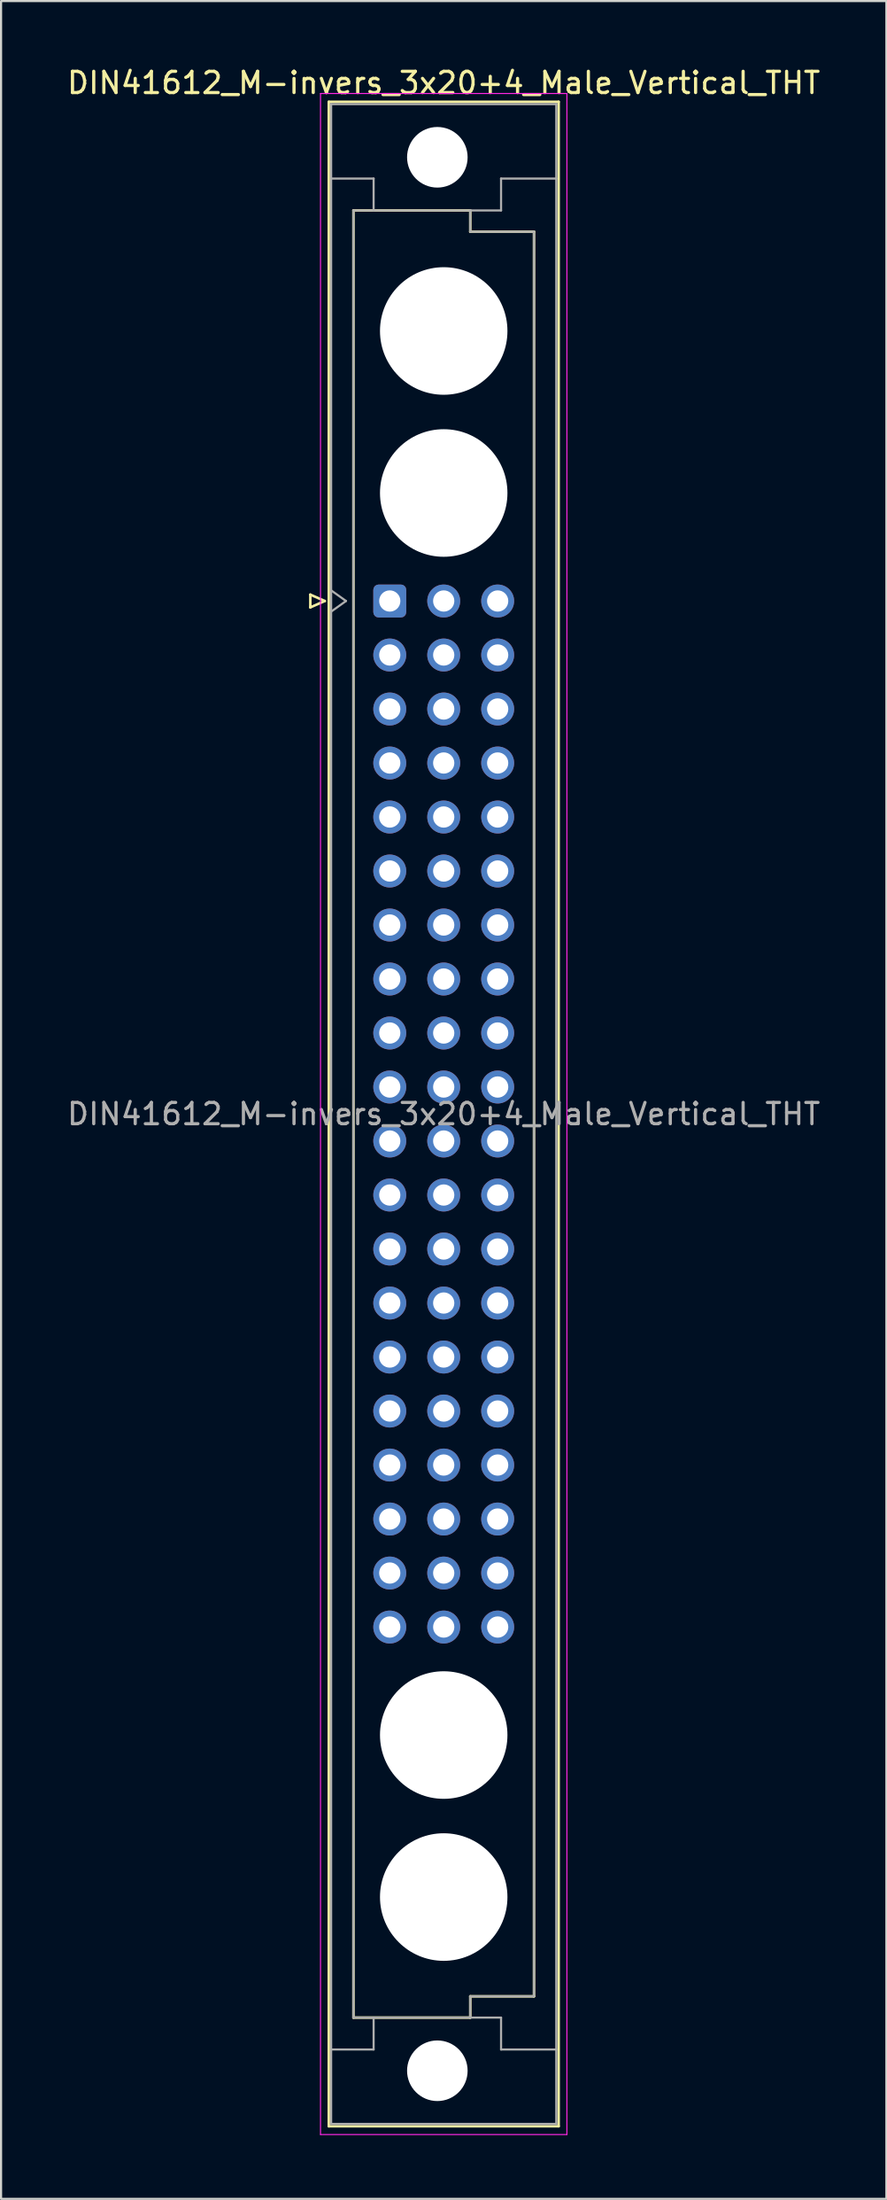
<source format=kicad_pcb>
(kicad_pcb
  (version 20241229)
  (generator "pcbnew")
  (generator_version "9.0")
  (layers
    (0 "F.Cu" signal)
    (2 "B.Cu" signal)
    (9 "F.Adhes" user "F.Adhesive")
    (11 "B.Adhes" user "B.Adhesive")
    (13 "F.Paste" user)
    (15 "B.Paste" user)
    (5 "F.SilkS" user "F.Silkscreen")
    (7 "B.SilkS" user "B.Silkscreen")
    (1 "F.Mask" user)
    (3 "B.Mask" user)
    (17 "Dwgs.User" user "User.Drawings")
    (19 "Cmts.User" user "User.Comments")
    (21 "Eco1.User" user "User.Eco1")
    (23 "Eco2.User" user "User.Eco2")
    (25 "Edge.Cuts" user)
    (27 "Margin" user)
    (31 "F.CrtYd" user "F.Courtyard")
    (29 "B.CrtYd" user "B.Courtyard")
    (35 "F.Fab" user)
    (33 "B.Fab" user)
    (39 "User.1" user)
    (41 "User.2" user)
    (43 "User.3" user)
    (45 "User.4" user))
  (footprint "DIN41612_M-invers_3x20+4_Male_Vertical_THT"
    (layer "F.Cu")
    (at 15.299 9.978)
    (property "Reference" "DIN41612_M-invers_3x20+4_Male_Vertical_THT" (at 2.54 -9.13 0) (layer "F.SilkS") (effects (font (size 1 1) (thickness 0.15))))
    (attr through_hole)
    (fp_line (start -3.74 14.94) (end -3.74 15.54) (stroke (width 0.12) (type solid)) (layer "F.SilkS"))
    (fp_line (start -3.74 15.54) (end -3.06 15.24) (stroke (width 0.12) (type solid)) (layer "F.SilkS"))
    (fp_line (start -3.06 15.24) (end -3.74 14.94) (stroke (width 0.12) (type solid)) (layer "F.SilkS"))
    (fp_line (start -2.87 -8.24) (end 7.95 -8.24) (stroke (width 0.12) (type solid)) (layer "F.SilkS"))
    (fp_line (start -2.87 86.98) (end -2.87 -8.24) (stroke (width 0.12) (type solid)) (layer "F.SilkS"))
    (fp_line (start -1.71 -3.13) (end 3.79 -3.13) (stroke (width 0.12) (type solid)) (layer "F.SilkS"))
    (fp_line (start -1.71 81.87) (end -1.71 -3.13) (stroke (width 0.12) (type solid)) (layer "F.SilkS"))
    (fp_line (start 3.79 -3.13) (end 3.79 -2.13) (stroke (width 0.12) (type solid)) (layer "F.SilkS"))
    (fp_line (start 3.79 -2.13) (end 6.79 -2.13) (stroke (width 0.12) (type solid)) (layer "F.SilkS"))
    (fp_line (start 3.79 80.87) (end 3.79 81.87) (stroke (width 0.12) (type solid)) (layer "F.SilkS"))
    (fp_line (start 3.79 81.87) (end -1.71 81.87) (stroke (width 0.12) (type solid)) (layer "F.SilkS"))
    (fp_line (start 6.79 -2.13) (end 6.79 80.87) (stroke (width 0.12) (type solid)) (layer "F.SilkS"))
    (fp_line (start 6.79 80.87) (end 3.79 80.87) (stroke (width 0.12) (type solid)) (layer "F.SilkS"))
    (fp_line (start 7.95 -8.24) (end 7.95 86.98) (stroke (width 0.12) (type solid)) (layer "F.SilkS"))
    (fp_line (start 7.95 86.98) (end -2.87 86.98) (stroke (width 0.12) (type solid)) (layer "F.SilkS"))
    (fp_line (start -3.26 -8.63) (end 8.34 -8.63) (stroke (width 0.05) (type solid)) (layer "F.CrtYd"))
    (fp_line (start -3.26 87.37) (end -3.26 -8.63) (stroke (width 0.05) (type solid)) (layer "F.CrtYd"))
    (fp_line (start 8.34 -8.63) (end 8.34 87.37) (stroke (width 0.05) (type solid)) (layer "F.CrtYd"))
    (fp_line (start 8.34 87.37) (end -3.26 87.37) (stroke (width 0.05) (type solid)) (layer "F.CrtYd"))
    (fp_line (start -2.76 -8.13) (end 7.84 -8.13) (stroke (width 0.1) (type solid)) (layer "F.Fab"))
    (fp_line (start -2.76 -4.63) (end -0.76 -4.63) (stroke (width 0.1) (type solid)) (layer "F.Fab"))
    (fp_line (start -2.76 14.74) (end -2.06 15.24) (stroke (width 0.1) (type solid)) (layer "F.Fab"))
    (fp_line (start -2.76 83.37) (end -0.76 83.37) (stroke (width 0.1) (type solid)) (layer "F.Fab"))
    (fp_line (start -2.76 86.87) (end -2.76 -8.13) (stroke (width 0.1) (type solid)) (layer "F.Fab"))
    (fp_line (start -2.06 15.24) (end -2.76 15.74) (stroke (width 0.1) (type solid)) (layer "F.Fab"))
    (fp_line (start -1.71 -3.13) (end 3.79 -3.13) (stroke (width 0.1) (type solid)) (layer "F.Fab"))
    (fp_line (start -1.71 81.87) (end -1.71 -3.13) (stroke (width 0.1) (type solid)) (layer "F.Fab"))
    (fp_line (start -0.76 -4.63) (end -0.76 -3.13) (stroke (width 0.1) (type solid)) (layer "F.Fab"))
    (fp_line (start -0.76 83.37) (end -0.76 81.87) (stroke (width 0.1) (type solid)) (layer "F.Fab"))
    (fp_line (start 3.79 -3.13) (end 3.79 -2.13) (stroke (width 0.1) (type solid)) (layer "F.Fab"))
    (fp_line (start 3.79 -3.13) (end 5.24 -3.13) (stroke (width 0.1) (type solid)) (layer "F.Fab"))
    (fp_line (start 3.79 -2.13) (end 6.79 -2.13) (stroke (width 0.1) (type solid)) (layer "F.Fab"))
    (fp_line (start 3.79 80.87) (end 3.79 81.87) (stroke (width 0.1) (type solid)) (layer "F.Fab"))
    (fp_line (start 3.79 81.87) (end -1.71 81.87) (stroke (width 0.1) (type solid)) (layer "F.Fab"))
    (fp_line (start 3.79 81.87) (end 5.24 81.87) (stroke (width 0.1) (type solid)) (layer "F.Fab"))
    (fp_line (start 5.24 -4.63) (end 7.84 -4.63) (stroke (width 0.1) (type solid)) (layer "F.Fab"))
    (fp_line (start 5.24 -3.13) (end 5.24 -4.63) (stroke (width 0.1) (type solid)) (layer "F.Fab"))
    (fp_line (start 5.24 81.87) (end 5.24 83.37) (stroke (width 0.1) (type solid)) (layer "F.Fab"))
    (fp_line (start 5.24 83.37) (end 7.84 83.37) (stroke (width 0.1) (type solid)) (layer "F.Fab"))
    (fp_line (start 6.79 -2.13) (end 6.79 80.87) (stroke (width 0.1) (type solid)) (layer "F.Fab"))
    (fp_line (start 6.79 80.87) (end 3.79 80.87) (stroke (width 0.1) (type solid)) (layer "F.Fab"))
    (fp_line (start 7.84 -8.13) (end 7.84 86.87) (stroke (width 0.1) (type solid)) (layer "F.Fab"))
    (fp_line (start 7.84 86.87) (end -2.76 86.87) (stroke (width 0.1) (type solid)) (layer "F.Fab"))
    (fp_text user "${REFERENCE}" (at 2.54 39.37 0) (layer "F.Fab") (effects (font (size 1 1) (thickness 0.15))))
    (pad "" np_thru_hole circle (at 2.24 -5.63) (size 2.85 2.85) (drill 2.85) (layers "*.Cu" "*.Mask"))
    (pad "" np_thru_hole circle (at 2.24 84.37) (size 2.85 2.85) (drill 2.85) (layers "*.Cu" "*.Mask"))
    (pad "" np_thru_hole circle (at 2.54 2.54) (size 6 6) (drill 6) (layers "*.Cu" "*.Mask"))
    (pad "" np_thru_hole circle (at 2.54 10.16) (size 6 6) (drill 6) (layers "*.Cu" "*.Mask"))
    (pad "" np_thru_hole circle (at 2.54 68.58) (size 6 6) (drill 6) (layers "*.Cu" "*.Mask"))
    (pad "" np_thru_hole circle (at 2.54 76.2) (size 6 6) (drill 6) (layers "*.Cu" "*.Mask"))
    (pad "a7" thru_hole roundrect (at 0 15.24) (size 1.55 1.55) (drill 1) (layers "*.Cu" "*.Mask") (roundrect_rratio 0.161))
    (pad "a8" thru_hole circle (at 0 17.78) (size 1.55 1.55) (drill 1) (layers "*.Cu" "*.Mask"))
    (pad "a9" thru_hole circle (at 0 20.32) (size 1.55 1.55) (drill 1) (layers "*.Cu" "*.Mask"))
    (pad "a10" thru_hole circle (at 0 22.86) (size 1.55 1.55) (drill 1) (layers "*.Cu" "*.Mask"))
    (pad "a11" thru_hole circle (at 0 25.4) (size 1.55 1.55) (drill 1) (layers "*.Cu" "*.Mask"))
    (pad "a12" thru_hole circle (at 0 27.94) (size 1.55 1.55) (drill 1) (layers "*.Cu" "*.Mask"))
    (pad "a13" thru_hole circle (at 0 30.48) (size 1.55 1.55) (drill 1) (layers "*.Cu" "*.Mask"))
    (pad "a14" thru_hole circle (at 0 33.02) (size 1.55 1.55) (drill 1) (layers "*.Cu" "*.Mask"))
    (pad "a15" thru_hole circle (at 0 35.56) (size 1.55 1.55) (drill 1) (layers "*.Cu" "*.Mask"))
    (pad "a16" thru_hole circle (at 0 38.1) (size 1.55 1.55) (drill 1) (layers "*.Cu" "*.Mask"))
    (pad "a17" thru_hole circle (at 0 40.64) (size 1.55 1.55) (drill 1) (layers "*.Cu" "*.Mask"))
    (pad "a18" thru_hole circle (at 0 43.18) (size 1.55 1.55) (drill 1) (layers "*.Cu" "*.Mask"))
    (pad "a19" thru_hole circle (at 0 45.72) (size 1.55 1.55) (drill 1) (layers "*.Cu" "*.Mask"))
    (pad "a20" thru_hole circle (at 0 48.26) (size 1.55 1.55) (drill 1) (layers "*.Cu" "*.Mask"))
    (pad "a21" thru_hole circle (at 0 50.8) (size 1.55 1.55) (drill 1) (layers "*.Cu" "*.Mask"))
    (pad "a22" thru_hole circle (at 0 53.34) (size 1.55 1.55) (drill 1) (layers "*.Cu" "*.Mask"))
    (pad "a23" thru_hole circle (at 0 55.88) (size 1.55 1.55) (drill 1) (layers "*.Cu" "*.Mask"))
    (pad "a24" thru_hole circle (at 0 58.42) (size 1.55 1.55) (drill 1) (layers "*.Cu" "*.Mask"))
    (pad "a25" thru_hole circle (at 0 60.96) (size 1.55 1.55) (drill 1) (layers "*.Cu" "*.Mask"))
    (pad "a26" thru_hole circle (at 0 63.5) (size 1.55 1.55) (drill 1) (layers "*.Cu" "*.Mask"))
    (pad "b7" thru_hole circle (at 2.54 15.24) (size 1.55 1.55) (drill 1) (layers "*.Cu" "*.Mask"))
    (pad "b8" thru_hole circle (at 2.54 17.78) (size 1.55 1.55) (drill 1) (layers "*.Cu" "*.Mask"))
    (pad "b9" thru_hole circle (at 2.54 20.32) (size 1.55 1.55) (drill 1) (layers "*.Cu" "*.Mask"))
    (pad "b10" thru_hole circle (at 2.54 22.86) (size 1.55 1.55) (drill 1) (layers "*.Cu" "*.Mask"))
    (pad "b11" thru_hole circle (at 2.54 25.4) (size 1.55 1.55) (drill 1) (layers "*.Cu" "*.Mask"))
    (pad "b12" thru_hole circle (at 2.54 27.94) (size 1.55 1.55) (drill 1) (layers "*.Cu" "*.Mask"))
    (pad "b13" thru_hole circle (at 2.54 30.48) (size 1.55 1.55) (drill 1) (layers "*.Cu" "*.Mask"))
    (pad "b14" thru_hole circle (at 2.54 33.02) (size 1.55 1.55) (drill 1) (layers "*.Cu" "*.Mask"))
    (pad "b15" thru_hole circle (at 2.54 35.56) (size 1.55 1.55) (drill 1) (layers "*.Cu" "*.Mask"))
    (pad "b16" thru_hole circle (at 2.54 38.1) (size 1.55 1.55) (drill 1) (layers "*.Cu" "*.Mask"))
    (pad "b17" thru_hole circle (at 2.54 40.64) (size 1.55 1.55) (drill 1) (layers "*.Cu" "*.Mask"))
    (pad "b18" thru_hole circle (at 2.54 43.18) (size 1.55 1.55) (drill 1) (layers "*.Cu" "*.Mask"))
    (pad "b19" thru_hole circle (at 2.54 45.72) (size 1.55 1.55) (drill 1) (layers "*.Cu" "*.Mask"))
    (pad "b20" thru_hole circle (at 2.54 48.26) (size 1.55 1.55) (drill 1) (layers "*.Cu" "*.Mask"))
    (pad "b21" thru_hole circle (at 2.54 50.8) (size 1.55 1.55) (drill 1) (layers "*.Cu" "*.Mask"))
    (pad "b22" thru_hole circle (at 2.54 53.34) (size 1.55 1.55) (drill 1) (layers "*.Cu" "*.Mask"))
    (pad "b23" thru_hole circle (at 2.54 55.88) (size 1.55 1.55) (drill 1) (layers "*.Cu" "*.Mask"))
    (pad "b24" thru_hole circle (at 2.54 58.42) (size 1.55 1.55) (drill 1) (layers "*.Cu" "*.Mask"))
    (pad "b25" thru_hole circle (at 2.54 60.96) (size 1.55 1.55) (drill 1) (layers "*.Cu" "*.Mask"))
    (pad "b26" thru_hole circle (at 2.54 63.5) (size 1.55 1.55) (drill 1) (layers "*.Cu" "*.Mask"))
    (pad "c7" thru_hole circle (at 5.08 15.24) (size 1.55 1.55) (drill 1) (layers "*.Cu" "*.Mask"))
    (pad "c8" thru_hole circle (at 5.08 17.78) (size 1.55 1.55) (drill 1) (layers "*.Cu" "*.Mask"))
    (pad "c9" thru_hole circle (at 5.08 20.32) (size 1.55 1.55) (drill 1) (layers "*.Cu" "*.Mask"))
    (pad "c10" thru_hole circle (at 5.08 22.86) (size 1.55 1.55) (drill 1) (layers "*.Cu" "*.Mask"))
    (pad "c11" thru_hole circle (at 5.08 25.4) (size 1.55 1.55) (drill 1) (layers "*.Cu" "*.Mask"))
    (pad "c12" thru_hole circle (at 5.08 27.94) (size 1.55 1.55) (drill 1) (layers "*.Cu" "*.Mask"))
    (pad "c13" thru_hole circle (at 5.08 30.48) (size 1.55 1.55) (drill 1) (layers "*.Cu" "*.Mask"))
    (pad "c14" thru_hole circle (at 5.08 33.02) (size 1.55 1.55) (drill 1) (layers "*.Cu" "*.Mask"))
    (pad "c15" thru_hole circle (at 5.08 35.56) (size 1.55 1.55) (drill 1) (layers "*.Cu" "*.Mask"))
    (pad "c16" thru_hole circle (at 5.08 38.1) (size 1.55 1.55) (drill 1) (layers "*.Cu" "*.Mask"))
    (pad "c17" thru_hole circle (at 5.08 40.64) (size 1.55 1.55) (drill 1) (layers "*.Cu" "*.Mask"))
    (pad "c18" thru_hole circle (at 5.08 43.18) (size 1.55 1.55) (drill 1) (layers "*.Cu" "*.Mask"))
    (pad "c19" thru_hole circle (at 5.08 45.72) (size 1.55 1.55) (drill 1) (layers "*.Cu" "*.Mask"))
    (pad "c20" thru_hole circle (at 5.08 48.26) (size 1.55 1.55) (drill 1) (layers "*.Cu" "*.Mask"))
    (pad "c21" thru_hole circle (at 5.08 50.8) (size 1.55 1.55) (drill 1) (layers "*.Cu" "*.Mask"))
    (pad "c22" thru_hole circle (at 5.08 53.34) (size 1.55 1.55) (drill 1) (layers "*.Cu" "*.Mask"))
    (pad "c23" thru_hole circle (at 5.08 55.88) (size 1.55 1.55) (drill 1) (layers "*.Cu" "*.Mask"))
    (pad "c24" thru_hole circle (at 5.08 58.42) (size 1.55 1.55) (drill 1) (layers "*.Cu" "*.Mask"))
    (pad "c25" thru_hole circle (at 5.08 60.96) (size 1.55 1.55) (drill 1) (layers "*.Cu" "*.Mask"))
    (pad "c26" thru_hole circle (at 5.08 63.5) (size 1.55 1.55) (drill 1) (layers "*.Cu" "*.Mask")))
  (gr_rect
    (start -3 -3)
    (end 38.679 100.373)
    (stroke (width 0.1) (type default))
    (fill no)
    (layer "Edge.Cuts")))
</source>
